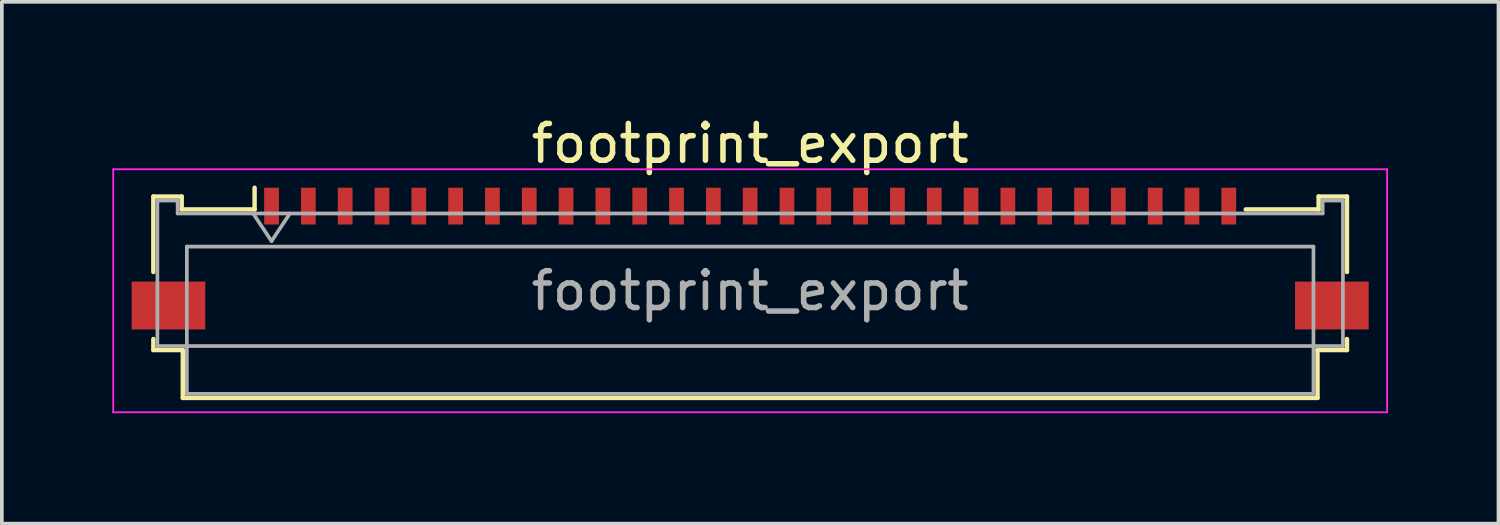
<source format=kicad_pcb>
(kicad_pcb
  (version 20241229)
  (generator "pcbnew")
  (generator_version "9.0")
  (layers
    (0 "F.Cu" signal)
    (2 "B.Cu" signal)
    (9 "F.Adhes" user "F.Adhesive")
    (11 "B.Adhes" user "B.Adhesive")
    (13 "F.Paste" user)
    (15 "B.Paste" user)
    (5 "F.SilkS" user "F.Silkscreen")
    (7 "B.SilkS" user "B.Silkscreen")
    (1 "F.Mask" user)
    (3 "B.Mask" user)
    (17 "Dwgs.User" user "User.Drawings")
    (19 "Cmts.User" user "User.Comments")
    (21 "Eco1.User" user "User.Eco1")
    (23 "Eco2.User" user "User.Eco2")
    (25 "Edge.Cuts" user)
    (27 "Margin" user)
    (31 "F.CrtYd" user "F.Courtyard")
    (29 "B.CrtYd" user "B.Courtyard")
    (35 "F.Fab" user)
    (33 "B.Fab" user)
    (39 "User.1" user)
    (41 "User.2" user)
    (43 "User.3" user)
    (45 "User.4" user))
  (footprint "footprint_export"
    (layer "F.Cu")
    (at 17.325 3.458)
    (property "Reference" "footprint_export" (at 0 -2.61 0) (layer "F.SilkS") (effects (font (size 1 1) (thickness 0.15))))
    (attr smd)
    (fp_line (start -16.21 -1.17) (end -16.21 0.88) (stroke (width 0.12) (type solid)) (layer "F.SilkS"))
    (fp_line (start -16.21 2.7) (end -16.21 3) (stroke (width 0.12) (type solid)) (layer "F.SilkS"))
    (fp_line (start -16.21 3) (end -15.41 3) (stroke (width 0.12) (type solid)) (layer "F.SilkS"))
    (fp_line (start -15.44 -1.17) (end -16.21 -1.17) (stroke (width 0.12) (type solid)) (layer "F.SilkS"))
    (fp_line (start -15.44 -0.82) (end -15.44 -1.17) (stroke (width 0.12) (type solid)) (layer "F.SilkS"))
    (fp_line (start -15.41 3) (end -15.41 4.3) (stroke (width 0.12) (type solid)) (layer "F.SilkS"))
    (fp_line (start -15.41 4.3) (end 15.41 4.3) (stroke (width 0.12) (type solid)) (layer "F.SilkS"))
    (fp_line (start -13.46 -1.41) (end -13.46 -0.82) (stroke (width 0.12) (type solid)) (layer "F.SilkS"))
    (fp_line (start -13.46 -0.82) (end -15.44 -0.82) (stroke (width 0.12) (type solid)) (layer "F.SilkS"))
    (fp_line (start 15.41 3) (end 16.21 3) (stroke (width 0.12) (type solid)) (layer "F.SilkS"))
    (fp_line (start 15.41 4.3) (end 15.41 3) (stroke (width 0.12) (type solid)) (layer "F.SilkS"))
    (fp_line (start 15.44 -1.17) (end 15.44 -0.82) (stroke (width 0.12) (type solid)) (layer "F.SilkS"))
    (fp_line (start 15.44 -0.82) (end 13.46 -0.82) (stroke (width 0.12) (type solid)) (layer "F.SilkS"))
    (fp_line (start 16.21 -1.17) (end 15.44 -1.17) (stroke (width 0.12) (type solid)) (layer "F.SilkS"))
    (fp_line (start 16.21 0.88) (end 16.21 -1.17) (stroke (width 0.12) (type solid)) (layer "F.SilkS"))
    (fp_line (start 16.21 3) (end 16.21 2.7) (stroke (width 0.12) (type solid)) (layer "F.SilkS"))
    (fp_line (start -17.3 -1.91) (end -17.3 4.69) (stroke (width 0.05) (type solid)) (layer "F.CrtYd"))
    (fp_line (start -17.3 4.69) (end 17.3 4.69) (stroke (width 0.05) (type solid)) (layer "F.CrtYd"))
    (fp_line (start 17.3 -1.91) (end -17.3 -1.91) (stroke (width 0.05) (type solid)) (layer "F.CrtYd"))
    (fp_line (start 17.3 4.69) (end 17.3 -1.91) (stroke (width 0.05) (type solid)) (layer "F.CrtYd"))
    (fp_line (start -16.1 -1.06) (end -16.1 2.89) (stroke (width 0.1) (type solid)) (layer "F.Fab"))
    (fp_line (start -16.1 2.89) (end 16.1 2.89) (stroke (width 0.1) (type solid)) (layer "F.Fab"))
    (fp_line (start -15.55 -1.06) (end -16.1 -1.06) (stroke (width 0.1) (type solid)) (layer "F.Fab"))
    (fp_line (start -15.55 -0.71) (end -15.55 -1.06) (stroke (width 0.1) (type solid)) (layer "F.Fab"))
    (fp_line (start -15.3 0.19) (end -15.3 4.19) (stroke (width 0.1) (type solid)) (layer "F.Fab"))
    (fp_line (start -15.3 4.19) (end 15.3 4.19) (stroke (width 0.1) (type solid)) (layer "F.Fab"))
    (fp_line (start -13.5 -0.71) (end -13 0.04) (stroke (width 0.1) (type solid)) (layer "F.Fab"))
    (fp_line (start -13 0.04) (end -12.5 -0.71) (stroke (width 0.1) (type solid)) (layer "F.Fab"))
    (fp_line (start 15.3 0.19) (end -15.3 0.19) (stroke (width 0.1) (type solid)) (layer "F.Fab"))
    (fp_line (start 15.3 4.19) (end 15.3 0.19) (stroke (width 0.1) (type solid)) (layer "F.Fab"))
    (fp_line (start 15.55 -1.06) (end 15.55 -0.71) (stroke (width 0.1) (type solid)) (layer "F.Fab"))
    (fp_line (start 15.55 -0.71) (end -15.55 -0.71) (stroke (width 0.1) (type solid)) (layer "F.Fab"))
    (fp_line (start 16.1 -1.06) (end 15.55 -1.06) (stroke (width 0.1) (type solid)) (layer "F.Fab"))
    (fp_line (start 16.1 2.89) (end 16.1 -1.06) (stroke (width 0.1) (type solid)) (layer "F.Fab"))
    (fp_text user "${REFERENCE}" (at 0 1.39 0) (layer "F.Fab") (effects (font (size 1 1) (thickness 0.15))))
    (pad "1" smd rect (at -13 -0.91) (size 0.4 1) (layers "F.Cu" "F.Mask" "F.Paste"))
    (pad "2" smd rect (at -12 -0.91) (size 0.4 1) (layers "F.Cu" "F.Mask" "F.Paste"))
    (pad "3" smd rect (at -11 -0.91) (size 0.4 1) (layers "F.Cu" "F.Mask" "F.Paste"))
    (pad "4" smd rect (at -10 -0.91) (size 0.4 1) (layers "F.Cu" "F.Mask" "F.Paste"))
    (pad "5" smd rect (at -9 -0.91) (size 0.4 1) (layers "F.Cu" "F.Mask" "F.Paste"))
    (pad "6" smd rect (at -8 -0.91) (size 0.4 1) (layers "F.Cu" "F.Mask" "F.Paste"))
    (pad "7" smd rect (at -7 -0.91) (size 0.4 1) (layers "F.Cu" "F.Mask" "F.Paste"))
    (pad "8" smd rect (at -6 -0.91) (size 0.4 1) (layers "F.Cu" "F.Mask" "F.Paste"))
    (pad "9" smd rect (at -5 -0.91) (size 0.4 1) (layers "F.Cu" "F.Mask" "F.Paste"))
    (pad "10" smd rect (at -4 -0.91) (size 0.4 1) (layers "F.Cu" "F.Mask" "F.Paste"))
    (pad "11" smd rect (at -3 -0.91) (size 0.4 1) (layers "F.Cu" "F.Mask" "F.Paste"))
    (pad "12" smd rect (at -2 -0.91) (size 0.4 1) (layers "F.Cu" "F.Mask" "F.Paste"))
    (pad "13" smd rect (at -1 -0.91) (size 0.4 1) (layers "F.Cu" "F.Mask" "F.Paste"))
    (pad "14" smd rect (at 0 -0.91) (size 0.4 1) (layers "F.Cu" "F.Mask" "F.Paste"))
    (pad "15" smd rect (at 1 -0.91) (size 0.4 1) (layers "F.Cu" "F.Mask" "F.Paste"))
    (pad "16" smd rect (at 2 -0.91) (size 0.4 1) (layers "F.Cu" "F.Mask" "F.Paste"))
    (pad "17" smd rect (at 3 -0.91) (size 0.4 1) (layers "F.Cu" "F.Mask" "F.Paste"))
    (pad "18" smd rect (at 4 -0.91) (size 0.4 1) (layers "F.Cu" "F.Mask" "F.Paste"))
    (pad "19" smd rect (at 5 -0.91) (size 0.4 1) (layers "F.Cu" "F.Mask" "F.Paste"))
    (pad "20" smd rect (at 6 -0.91) (size 0.4 1) (layers "F.Cu" "F.Mask" "F.Paste"))
    (pad "21" smd rect (at 7 -0.91) (size 0.4 1) (layers "F.Cu" "F.Mask" "F.Paste"))
    (pad "22" smd rect (at 8 -0.91) (size 0.4 1) (layers "F.Cu" "F.Mask" "F.Paste"))
    (pad "23" smd rect (at 9 -0.91) (size 0.4 1) (layers "F.Cu" "F.Mask" "F.Paste"))
    (pad "24" smd rect (at 10 -0.91) (size 0.4 1) (layers "F.Cu" "F.Mask" "F.Paste"))
    (pad "25" smd rect (at 11 -0.91) (size 0.4 1) (layers "F.Cu" "F.Mask" "F.Paste"))
    (pad "26" smd rect (at 12 -0.91) (size 0.4 1) (layers "F.Cu" "F.Mask" "F.Paste"))
    (pad "27" smd rect (at 13 -0.91) (size 0.4 1) (layers "F.Cu" "F.Mask" "F.Paste"))
    (pad "MP" smd rect (at -15.8 1.79) (size 2 1.3) (layers "F.Cu" "F.Mask" "F.Paste"))
    (pad "MP" smd rect (at 15.8 1.79) (size 2 1.3) (layers "F.Cu" "F.Mask" "F.Paste")))
  (gr_rect
    (start -3 -3)
    (end 37.65 11.173)
    (stroke (width 0.1) (type default))
    (fill no)
    (layer "Edge.Cuts")))
</source>
